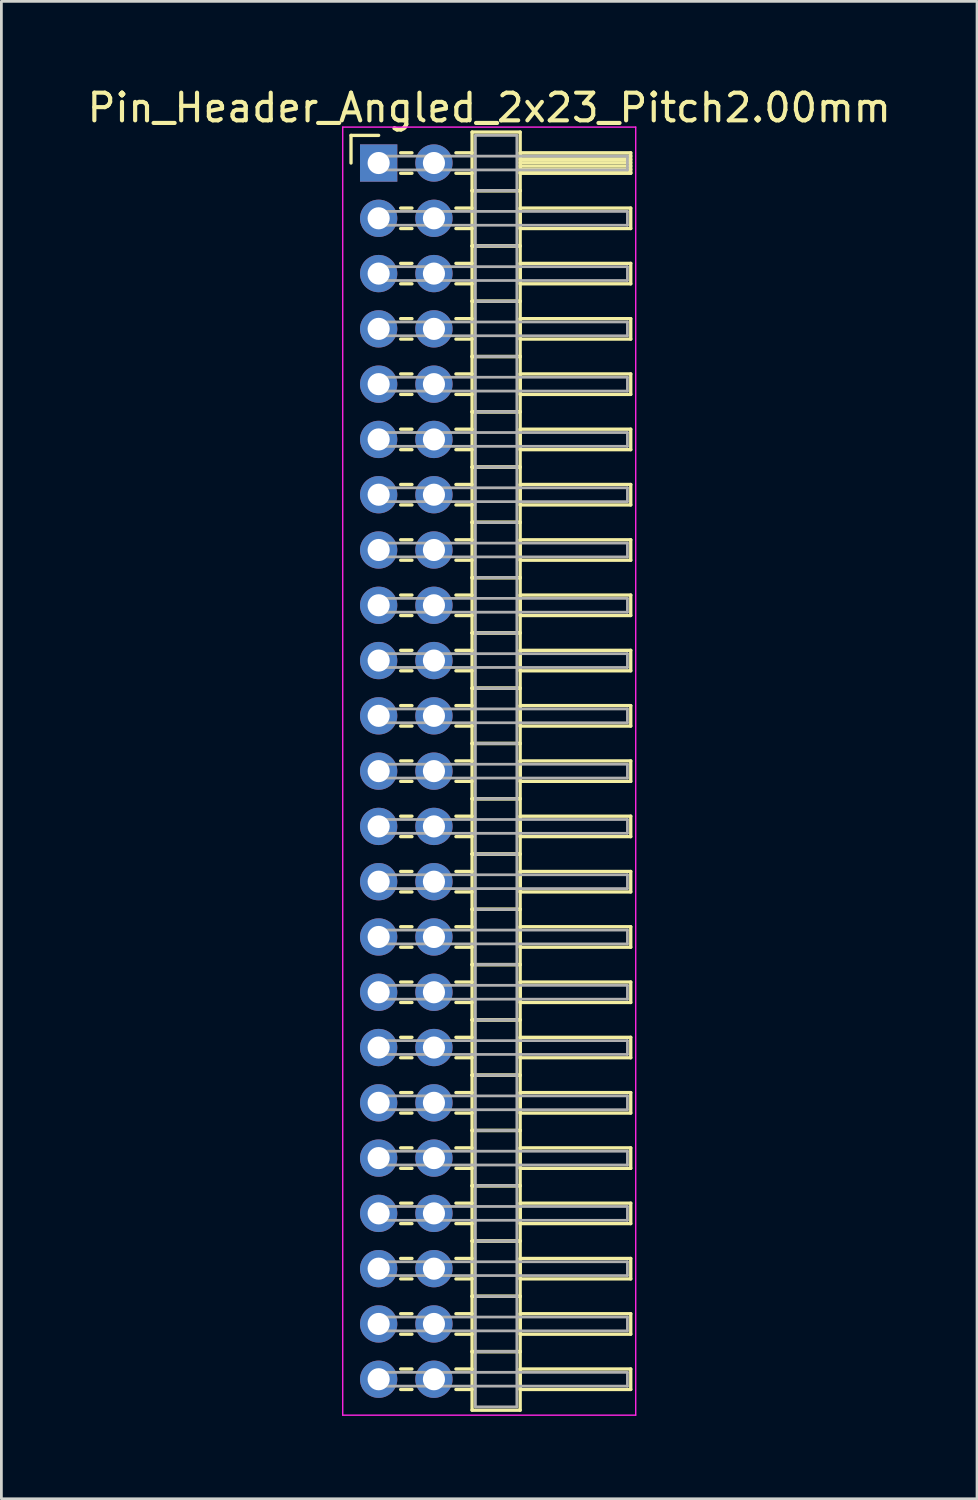
<source format=kicad_pcb>
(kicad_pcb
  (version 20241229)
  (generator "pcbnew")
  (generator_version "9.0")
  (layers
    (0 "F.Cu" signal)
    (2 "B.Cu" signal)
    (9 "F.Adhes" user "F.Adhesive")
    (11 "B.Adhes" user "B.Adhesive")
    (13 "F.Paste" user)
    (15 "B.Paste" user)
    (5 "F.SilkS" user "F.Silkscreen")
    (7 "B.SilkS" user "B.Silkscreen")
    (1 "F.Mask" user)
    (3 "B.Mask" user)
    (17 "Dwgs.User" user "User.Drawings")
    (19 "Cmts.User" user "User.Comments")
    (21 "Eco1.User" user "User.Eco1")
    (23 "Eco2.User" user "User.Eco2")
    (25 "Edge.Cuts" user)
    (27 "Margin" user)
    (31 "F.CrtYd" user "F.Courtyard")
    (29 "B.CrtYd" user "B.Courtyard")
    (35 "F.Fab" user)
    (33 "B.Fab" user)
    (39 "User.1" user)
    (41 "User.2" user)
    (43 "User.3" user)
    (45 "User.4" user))
  (footprint "Pin_Header_Angled_2x23_Pitch2.00mm"
    (layer "F.Cu")
    (at 10.649 2.848)
    (property "Reference" "Pin_Header_Angled_2x23_Pitch2.00mm" (at 4 -2 0) (layer "F.SilkS") (effects (font (size 1 1) (thickness 0.15))))
    (attr through_hole)
    (fp_line (start -1 -1) (end 0 -1) (stroke (width 0.12) (type solid)) (layer "F.SilkS"))
    (fp_line (start -1 0) (end -1 -1) (stroke (width 0.12) (type solid)) (layer "F.SilkS"))
    (fp_line (start 0.795 -0.37) (end 1.205 -0.37) (stroke (width 0.12) (type solid)) (layer "F.SilkS"))
    (fp_line (start 0.795 0.37) (end 1.205 0.37) (stroke (width 0.12) (type solid)) (layer "F.SilkS"))
    (fp_line (start 0.795 1.63) (end 1.205 1.63) (stroke (width 0.12) (type solid)) (layer "F.SilkS"))
    (fp_line (start 0.795 2.37) (end 1.205 2.37) (stroke (width 0.12) (type solid)) (layer "F.SilkS"))
    (fp_line (start 0.795 3.63) (end 1.205 3.63) (stroke (width 0.12) (type solid)) (layer "F.SilkS"))
    (fp_line (start 0.795 4.37) (end 1.205 4.37) (stroke (width 0.12) (type solid)) (layer "F.SilkS"))
    (fp_line (start 0.795 5.63) (end 1.205 5.63) (stroke (width 0.12) (type solid)) (layer "F.SilkS"))
    (fp_line (start 0.795 6.37) (end 1.205 6.37) (stroke (width 0.12) (type solid)) (layer "F.SilkS"))
    (fp_line (start 0.795 7.63) (end 1.205 7.63) (stroke (width 0.12) (type solid)) (layer "F.SilkS"))
    (fp_line (start 0.795 8.37) (end 1.205 8.37) (stroke (width 0.12) (type solid)) (layer "F.SilkS"))
    (fp_line (start 0.795 9.63) (end 1.205 9.63) (stroke (width 0.12) (type solid)) (layer "F.SilkS"))
    (fp_line (start 0.795 10.37) (end 1.205 10.37) (stroke (width 0.12) (type solid)) (layer "F.SilkS"))
    (fp_line (start 0.795 11.63) (end 1.205 11.63) (stroke (width 0.12) (type solid)) (layer "F.SilkS"))
    (fp_line (start 0.795 12.37) (end 1.205 12.37) (stroke (width 0.12) (type solid)) (layer "F.SilkS"))
    (fp_line (start 0.795 13.63) (end 1.205 13.63) (stroke (width 0.12) (type solid)) (layer "F.SilkS"))
    (fp_line (start 0.795 14.37) (end 1.205 14.37) (stroke (width 0.12) (type solid)) (layer "F.SilkS"))
    (fp_line (start 0.795 15.63) (end 1.205 15.63) (stroke (width 0.12) (type solid)) (layer "F.SilkS"))
    (fp_line (start 0.795 16.37) (end 1.205 16.37) (stroke (width 0.12) (type solid)) (layer "F.SilkS"))
    (fp_line (start 0.795 17.63) (end 1.205 17.63) (stroke (width 0.12) (type solid)) (layer "F.SilkS"))
    (fp_line (start 0.795 18.37) (end 1.205 18.37) (stroke (width 0.12) (type solid)) (layer "F.SilkS"))
    (fp_line (start 0.795 19.63) (end 1.205 19.63) (stroke (width 0.12) (type solid)) (layer "F.SilkS"))
    (fp_line (start 0.795 20.37) (end 1.205 20.37) (stroke (width 0.12) (type solid)) (layer "F.SilkS"))
    (fp_line (start 0.795 21.63) (end 1.205 21.63) (stroke (width 0.12) (type solid)) (layer "F.SilkS"))
    (fp_line (start 0.795 22.37) (end 1.205 22.37) (stroke (width 0.12) (type solid)) (layer "F.SilkS"))
    (fp_line (start 0.795 23.63) (end 1.205 23.63) (stroke (width 0.12) (type solid)) (layer "F.SilkS"))
    (fp_line (start 0.795 24.37) (end 1.205 24.37) (stroke (width 0.12) (type solid)) (layer "F.SilkS"))
    (fp_line (start 0.795 25.63) (end 1.205 25.63) (stroke (width 0.12) (type solid)) (layer "F.SilkS"))
    (fp_line (start 0.795 26.37) (end 1.205 26.37) (stroke (width 0.12) (type solid)) (layer "F.SilkS"))
    (fp_line (start 0.795 27.63) (end 1.205 27.63) (stroke (width 0.12) (type solid)) (layer "F.SilkS"))
    (fp_line (start 0.795 28.37) (end 1.205 28.37) (stroke (width 0.12) (type solid)) (layer "F.SilkS"))
    (fp_line (start 0.795 29.63) (end 1.205 29.63) (stroke (width 0.12) (type solid)) (layer "F.SilkS"))
    (fp_line (start 0.795 30.37) (end 1.205 30.37) (stroke (width 0.12) (type solid)) (layer "F.SilkS"))
    (fp_line (start 0.795 31.63) (end 1.205 31.63) (stroke (width 0.12) (type solid)) (layer "F.SilkS"))
    (fp_line (start 0.795 32.37) (end 1.205 32.37) (stroke (width 0.12) (type solid)) (layer "F.SilkS"))
    (fp_line (start 0.795 33.63) (end 1.205 33.63) (stroke (width 0.12) (type solid)) (layer "F.SilkS"))
    (fp_line (start 0.795 34.37) (end 1.205 34.37) (stroke (width 0.12) (type solid)) (layer "F.SilkS"))
    (fp_line (start 0.795 35.63) (end 1.205 35.63) (stroke (width 0.12) (type solid)) (layer "F.SilkS"))
    (fp_line (start 0.795 36.37) (end 1.205 36.37) (stroke (width 0.12) (type solid)) (layer "F.SilkS"))
    (fp_line (start 0.795 37.63) (end 1.205 37.63) (stroke (width 0.12) (type solid)) (layer "F.SilkS"))
    (fp_line (start 0.795 38.37) (end 1.205 38.37) (stroke (width 0.12) (type solid)) (layer "F.SilkS"))
    (fp_line (start 0.795 39.63) (end 1.205 39.63) (stroke (width 0.12) (type solid)) (layer "F.SilkS"))
    (fp_line (start 0.795 40.37) (end 1.205 40.37) (stroke (width 0.12) (type solid)) (layer "F.SilkS"))
    (fp_line (start 0.795 41.63) (end 1.205 41.63) (stroke (width 0.12) (type solid)) (layer "F.SilkS"))
    (fp_line (start 0.795 42.37) (end 1.205 42.37) (stroke (width 0.12) (type solid)) (layer "F.SilkS"))
    (fp_line (start 0.795 43.63) (end 1.205 43.63) (stroke (width 0.12) (type solid)) (layer "F.SilkS"))
    (fp_line (start 0.795 44.37) (end 1.205 44.37) (stroke (width 0.12) (type solid)) (layer "F.SilkS"))
    (fp_line (start 2.795 -0.37) (end 3.38 -0.37) (stroke (width 0.12) (type solid)) (layer "F.SilkS"))
    (fp_line (start 2.795 0.37) (end 3.38 0.37) (stroke (width 0.12) (type solid)) (layer "F.SilkS"))
    (fp_line (start 2.795 1.63) (end 3.38 1.63) (stroke (width 0.12) (type solid)) (layer "F.SilkS"))
    (fp_line (start 2.795 2.37) (end 3.38 2.37) (stroke (width 0.12) (type solid)) (layer "F.SilkS"))
    (fp_line (start 2.795 3.63) (end 3.38 3.63) (stroke (width 0.12) (type solid)) (layer "F.SilkS"))
    (fp_line (start 2.795 4.37) (end 3.38 4.37) (stroke (width 0.12) (type solid)) (layer "F.SilkS"))
    (fp_line (start 2.795 5.63) (end 3.38 5.63) (stroke (width 0.12) (type solid)) (layer "F.SilkS"))
    (fp_line (start 2.795 6.37) (end 3.38 6.37) (stroke (width 0.12) (type solid)) (layer "F.SilkS"))
    (fp_line (start 2.795 7.63) (end 3.38 7.63) (stroke (width 0.12) (type solid)) (layer "F.SilkS"))
    (fp_line (start 2.795 8.37) (end 3.38 8.37) (stroke (width 0.12) (type solid)) (layer "F.SilkS"))
    (fp_line (start 2.795 9.63) (end 3.38 9.63) (stroke (width 0.12) (type solid)) (layer "F.SilkS"))
    (fp_line (start 2.795 10.37) (end 3.38 10.37) (stroke (width 0.12) (type solid)) (layer "F.SilkS"))
    (fp_line (start 2.795 11.63) (end 3.38 11.63) (stroke (width 0.12) (type solid)) (layer "F.SilkS"))
    (fp_line (start 2.795 12.37) (end 3.38 12.37) (stroke (width 0.12) (type solid)) (layer "F.SilkS"))
    (fp_line (start 2.795 13.63) (end 3.38 13.63) (stroke (width 0.12) (type solid)) (layer "F.SilkS"))
    (fp_line (start 2.795 14.37) (end 3.38 14.37) (stroke (width 0.12) (type solid)) (layer "F.SilkS"))
    (fp_line (start 2.795 15.63) (end 3.38 15.63) (stroke (width 0.12) (type solid)) (layer "F.SilkS"))
    (fp_line (start 2.795 16.37) (end 3.38 16.37) (stroke (width 0.12) (type solid)) (layer "F.SilkS"))
    (fp_line (start 2.795 17.63) (end 3.38 17.63) (stroke (width 0.12) (type solid)) (layer "F.SilkS"))
    (fp_line (start 2.795 18.37) (end 3.38 18.37) (stroke (width 0.12) (type solid)) (layer "F.SilkS"))
    (fp_line (start 2.795 19.63) (end 3.38 19.63) (stroke (width 0.12) (type solid)) (layer "F.SilkS"))
    (fp_line (start 2.795 20.37) (end 3.38 20.37) (stroke (width 0.12) (type solid)) (layer "F.SilkS"))
    (fp_line (start 2.795 21.63) (end 3.38 21.63) (stroke (width 0.12) (type solid)) (layer "F.SilkS"))
    (fp_line (start 2.795 22.37) (end 3.38 22.37) (stroke (width 0.12) (type solid)) (layer "F.SilkS"))
    (fp_line (start 2.795 23.63) (end 3.38 23.63) (stroke (width 0.12) (type solid)) (layer "F.SilkS"))
    (fp_line (start 2.795 24.37) (end 3.38 24.37) (stroke (width 0.12) (type solid)) (layer "F.SilkS"))
    (fp_line (start 2.795 25.63) (end 3.38 25.63) (stroke (width 0.12) (type solid)) (layer "F.SilkS"))
    (fp_line (start 2.795 26.37) (end 3.38 26.37) (stroke (width 0.12) (type solid)) (layer "F.SilkS"))
    (fp_line (start 2.795 27.63) (end 3.38 27.63) (stroke (width 0.12) (type solid)) (layer "F.SilkS"))
    (fp_line (start 2.795 28.37) (end 3.38 28.37) (stroke (width 0.12) (type solid)) (layer "F.SilkS"))
    (fp_line (start 2.795 29.63) (end 3.38 29.63) (stroke (width 0.12) (type solid)) (layer "F.SilkS"))
    (fp_line (start 2.795 30.37) (end 3.38 30.37) (stroke (width 0.12) (type solid)) (layer "F.SilkS"))
    (fp_line (start 2.795 31.63) (end 3.38 31.63) (stroke (width 0.12) (type solid)) (layer "F.SilkS"))
    (fp_line (start 2.795 32.37) (end 3.38 32.37) (stroke (width 0.12) (type solid)) (layer "F.SilkS"))
    (fp_line (start 2.795 33.63) (end 3.38 33.63) (stroke (width 0.12) (type solid)) (layer "F.SilkS"))
    (fp_line (start 2.795 34.37) (end 3.38 34.37) (stroke (width 0.12) (type solid)) (layer "F.SilkS"))
    (fp_line (start 2.795 35.63) (end 3.38 35.63) (stroke (width 0.12) (type solid)) (layer "F.SilkS"))
    (fp_line (start 2.795 36.37) (end 3.38 36.37) (stroke (width 0.12) (type solid)) (layer "F.SilkS"))
    (fp_line (start 2.795 37.63) (end 3.38 37.63) (stroke (width 0.12) (type solid)) (layer "F.SilkS"))
    (fp_line (start 2.795 38.37) (end 3.38 38.37) (stroke (width 0.12) (type solid)) (layer "F.SilkS"))
    (fp_line (start 2.795 39.63) (end 3.38 39.63) (stroke (width 0.12) (type solid)) (layer "F.SilkS"))
    (fp_line (start 2.795 40.37) (end 3.38 40.37) (stroke (width 0.12) (type solid)) (layer "F.SilkS"))
    (fp_line (start 2.795 41.63) (end 3.38 41.63) (stroke (width 0.12) (type solid)) (layer "F.SilkS"))
    (fp_line (start 2.795 42.37) (end 3.38 42.37) (stroke (width 0.12) (type solid)) (layer "F.SilkS"))
    (fp_line (start 2.795 43.63) (end 3.38 43.63) (stroke (width 0.12) (type solid)) (layer "F.SilkS"))
    (fp_line (start 2.795 44.37) (end 3.38 44.37) (stroke (width 0.12) (type solid)) (layer "F.SilkS"))
    (fp_line (start 3.38 -1.12) (end 3.38 1) (stroke (width 0.12) (type solid)) (layer "F.SilkS"))
    (fp_line (start 3.38 1) (end 3.38 3) (stroke (width 0.12) (type solid)) (layer "F.SilkS"))
    (fp_line (start 3.38 1) (end 5.12 1) (stroke (width 0.12) (type solid)) (layer "F.SilkS"))
    (fp_line (start 3.38 3) (end 3.38 5) (stroke (width 0.12) (type solid)) (layer "F.SilkS"))
    (fp_line (start 3.38 3) (end 5.12 3) (stroke (width 0.12) (type solid)) (layer "F.SilkS"))
    (fp_line (start 3.38 5) (end 3.38 7) (stroke (width 0.12) (type solid)) (layer "F.SilkS"))
    (fp_line (start 3.38 5) (end 5.12 5) (stroke (width 0.12) (type solid)) (layer "F.SilkS"))
    (fp_line (start 3.38 7) (end 3.38 9) (stroke (width 0.12) (type solid)) (layer "F.SilkS"))
    (fp_line (start 3.38 7) (end 5.12 7) (stroke (width 0.12) (type solid)) (layer "F.SilkS"))
    (fp_line (start 3.38 9) (end 3.38 11) (stroke (width 0.12) (type solid)) (layer "F.SilkS"))
    (fp_line (start 3.38 9) (end 5.12 9) (stroke (width 0.12) (type solid)) (layer "F.SilkS"))
    (fp_line (start 3.38 11) (end 3.38 13) (stroke (width 0.12) (type solid)) (layer "F.SilkS"))
    (fp_line (start 3.38 11) (end 5.12 11) (stroke (width 0.12) (type solid)) (layer "F.SilkS"))
    (fp_line (start 3.38 13) (end 3.38 15) (stroke (width 0.12) (type solid)) (layer "F.SilkS"))
    (fp_line (start 3.38 13) (end 5.12 13) (stroke (width 0.12) (type solid)) (layer "F.SilkS"))
    (fp_line (start 3.38 15) (end 3.38 17) (stroke (width 0.12) (type solid)) (layer "F.SilkS"))
    (fp_line (start 3.38 15) (end 5.12 15) (stroke (width 0.12) (type solid)) (layer "F.SilkS"))
    (fp_line (start 3.38 17) (end 3.38 19) (stroke (width 0.12) (type solid)) (layer "F.SilkS"))
    (fp_line (start 3.38 17) (end 5.12 17) (stroke (width 0.12) (type solid)) (layer "F.SilkS"))
    (fp_line (start 3.38 19) (end 3.38 21) (stroke (width 0.12) (type solid)) (layer "F.SilkS"))
    (fp_line (start 3.38 19) (end 5.12 19) (stroke (width 0.12) (type solid)) (layer "F.SilkS"))
    (fp_line (start 3.38 21) (end 3.38 23) (stroke (width 0.12) (type solid)) (layer "F.SilkS"))
    (fp_line (start 3.38 21) (end 5.12 21) (stroke (width 0.12) (type solid)) (layer "F.SilkS"))
    (fp_line (start 3.38 23) (end 3.38 25) (stroke (width 0.12) (type solid)) (layer "F.SilkS"))
    (fp_line (start 3.38 23) (end 5.12 23) (stroke (width 0.12) (type solid)) (layer "F.SilkS"))
    (fp_line (start 3.38 25) (end 3.38 27) (stroke (width 0.12) (type solid)) (layer "F.SilkS"))
    (fp_line (start 3.38 25) (end 5.12 25) (stroke (width 0.12) (type solid)) (layer "F.SilkS"))
    (fp_line (start 3.38 27) (end 3.38 29) (stroke (width 0.12) (type solid)) (layer "F.SilkS"))
    (fp_line (start 3.38 27) (end 5.12 27) (stroke (width 0.12) (type solid)) (layer "F.SilkS"))
    (fp_line (start 3.38 29) (end 3.38 31) (stroke (width 0.12) (type solid)) (layer "F.SilkS"))
    (fp_line (start 3.38 29) (end 5.12 29) (stroke (width 0.12) (type solid)) (layer "F.SilkS"))
    (fp_line (start 3.38 31) (end 3.38 33) (stroke (width 0.12) (type solid)) (layer "F.SilkS"))
    (fp_line (start 3.38 31) (end 5.12 31) (stroke (width 0.12) (type solid)) (layer "F.SilkS"))
    (fp_line (start 3.38 33) (end 3.38 35) (stroke (width 0.12) (type solid)) (layer "F.SilkS"))
    (fp_line (start 3.38 33) (end 5.12 33) (stroke (width 0.12) (type solid)) (layer "F.SilkS"))
    (fp_line (start 3.38 35) (end 3.38 37) (stroke (width 0.12) (type solid)) (layer "F.SilkS"))
    (fp_line (start 3.38 35) (end 5.12 35) (stroke (width 0.12) (type solid)) (layer "F.SilkS"))
    (fp_line (start 3.38 37) (end 3.38 39) (stroke (width 0.12) (type solid)) (layer "F.SilkS"))
    (fp_line (start 3.38 37) (end 5.12 37) (stroke (width 0.12) (type solid)) (layer "F.SilkS"))
    (fp_line (start 3.38 39) (end 3.38 41) (stroke (width 0.12) (type solid)) (layer "F.SilkS"))
    (fp_line (start 3.38 39) (end 5.12 39) (stroke (width 0.12) (type solid)) (layer "F.SilkS"))
    (fp_line (start 3.38 41) (end 3.38 43) (stroke (width 0.12) (type solid)) (layer "F.SilkS"))
    (fp_line (start 3.38 41) (end 5.12 41) (stroke (width 0.12) (type solid)) (layer "F.SilkS"))
    (fp_line (start 3.38 43) (end 3.38 45.12) (stroke (width 0.12) (type solid)) (layer "F.SilkS"))
    (fp_line (start 3.38 43) (end 5.12 43) (stroke (width 0.12) (type solid)) (layer "F.SilkS"))
    (fp_line (start 3.38 45.12) (end 5.12 45.12) (stroke (width 0.12) (type solid)) (layer "F.SilkS"))
    (fp_line (start 5.12 -1.12) (end 3.38 -1.12) (stroke (width 0.12) (type solid)) (layer "F.SilkS"))
    (fp_line (start 5.12 -0.37) (end 5.12 0.37) (stroke (width 0.12) (type solid)) (layer "F.SilkS"))
    (fp_line (start 5.12 -0.25) (end 9.12 -0.25) (stroke (width 0.12) (type solid)) (layer "F.SilkS"))
    (fp_line (start 5.12 -0.13) (end 9.12 -0.13) (stroke (width 0.12) (type solid)) (layer "F.SilkS"))
    (fp_line (start 5.12 -0.01) (end 9.12 -0.01) (stroke (width 0.12) (type solid)) (layer "F.SilkS"))
    (fp_line (start 5.12 0.11) (end 9.12 0.11) (stroke (width 0.12) (type solid)) (layer "F.SilkS"))
    (fp_line (start 5.12 0.23) (end 9.12 0.23) (stroke (width 0.12) (type solid)) (layer "F.SilkS"))
    (fp_line (start 5.12 0.35) (end 9.12 0.35) (stroke (width 0.12) (type solid)) (layer "F.SilkS"))
    (fp_line (start 5.12 0.37) (end 9.12 0.37) (stroke (width 0.12) (type solid)) (layer "F.SilkS"))
    (fp_line (start 5.12 1) (end 3.38 1) (stroke (width 0.12) (type solid)) (layer "F.SilkS"))
    (fp_line (start 5.12 1) (end 5.12 -1.12) (stroke (width 0.12) (type solid)) (layer "F.SilkS"))
    (fp_line (start 5.12 1.63) (end 5.12 2.37) (stroke (width 0.12) (type solid)) (layer "F.SilkS"))
    (fp_line (start 5.12 2.37) (end 9.12 2.37) (stroke (width 0.12) (type solid)) (layer "F.SilkS"))
    (fp_line (start 5.12 3) (end 3.38 3) (stroke (width 0.12) (type solid)) (layer "F.SilkS"))
    (fp_line (start 5.12 3) (end 5.12 1) (stroke (width 0.12) (type solid)) (layer "F.SilkS"))
    (fp_line (start 5.12 3.63) (end 5.12 4.37) (stroke (width 0.12) (type solid)) (layer "F.SilkS"))
    (fp_line (start 5.12 4.37) (end 9.12 4.37) (stroke (width 0.12) (type solid)) (layer "F.SilkS"))
    (fp_line (start 5.12 5) (end 3.38 5) (stroke (width 0.12) (type solid)) (layer "F.SilkS"))
    (fp_line (start 5.12 5) (end 5.12 3) (stroke (width 0.12) (type solid)) (layer "F.SilkS"))
    (fp_line (start 5.12 5.63) (end 5.12 6.37) (stroke (width 0.12) (type solid)) (layer "F.SilkS"))
    (fp_line (start 5.12 6.37) (end 9.12 6.37) (stroke (width 0.12) (type solid)) (layer "F.SilkS"))
    (fp_line (start 5.12 7) (end 3.38 7) (stroke (width 0.12) (type solid)) (layer "F.SilkS"))
    (fp_line (start 5.12 7) (end 5.12 5) (stroke (width 0.12) (type solid)) (layer "F.SilkS"))
    (fp_line (start 5.12 7.63) (end 5.12 8.37) (stroke (width 0.12) (type solid)) (layer "F.SilkS"))
    (fp_line (start 5.12 8.37) (end 9.12 8.37) (stroke (width 0.12) (type solid)) (layer "F.SilkS"))
    (fp_line (start 5.12 9) (end 3.38 9) (stroke (width 0.12) (type solid)) (layer "F.SilkS"))
    (fp_line (start 5.12 9) (end 5.12 7) (stroke (width 0.12) (type solid)) (layer "F.SilkS"))
    (fp_line (start 5.12 9.63) (end 5.12 10.37) (stroke (width 0.12) (type solid)) (layer "F.SilkS"))
    (fp_line (start 5.12 10.37) (end 9.12 10.37) (stroke (width 0.12) (type solid)) (layer "F.SilkS"))
    (fp_line (start 5.12 11) (end 3.38 11) (stroke (width 0.12) (type solid)) (layer "F.SilkS"))
    (fp_line (start 5.12 11) (end 5.12 9) (stroke (width 0.12) (type solid)) (layer "F.SilkS"))
    (fp_line (start 5.12 11.63) (end 5.12 12.37) (stroke (width 0.12) (type solid)) (layer "F.SilkS"))
    (fp_line (start 5.12 12.37) (end 9.12 12.37) (stroke (width 0.12) (type solid)) (layer "F.SilkS"))
    (fp_line (start 5.12 13) (end 3.38 13) (stroke (width 0.12) (type solid)) (layer "F.SilkS"))
    (fp_line (start 5.12 13) (end 5.12 11) (stroke (width 0.12) (type solid)) (layer "F.SilkS"))
    (fp_line (start 5.12 13.63) (end 5.12 14.37) (stroke (width 0.12) (type solid)) (layer "F.SilkS"))
    (fp_line (start 5.12 14.37) (end 9.12 14.37) (stroke (width 0.12) (type solid)) (layer "F.SilkS"))
    (fp_line (start 5.12 15) (end 3.38 15) (stroke (width 0.12) (type solid)) (layer "F.SilkS"))
    (fp_line (start 5.12 15) (end 5.12 13) (stroke (width 0.12) (type solid)) (layer "F.SilkS"))
    (fp_line (start 5.12 15.63) (end 5.12 16.37) (stroke (width 0.12) (type solid)) (layer "F.SilkS"))
    (fp_line (start 5.12 16.37) (end 9.12 16.37) (stroke (width 0.12) (type solid)) (layer "F.SilkS"))
    (fp_line (start 5.12 17) (end 3.38 17) (stroke (width 0.12) (type solid)) (layer "F.SilkS"))
    (fp_line (start 5.12 17) (end 5.12 15) (stroke (width 0.12) (type solid)) (layer "F.SilkS"))
    (fp_line (start 5.12 17.63) (end 5.12 18.37) (stroke (width 0.12) (type solid)) (layer "F.SilkS"))
    (fp_line (start 5.12 18.37) (end 9.12 18.37) (stroke (width 0.12) (type solid)) (layer "F.SilkS"))
    (fp_line (start 5.12 19) (end 3.38 19) (stroke (width 0.12) (type solid)) (layer "F.SilkS"))
    (fp_line (start 5.12 19) (end 5.12 17) (stroke (width 0.12) (type solid)) (layer "F.SilkS"))
    (fp_line (start 5.12 19.63) (end 5.12 20.37) (stroke (width 0.12) (type solid)) (layer "F.SilkS"))
    (fp_line (start 5.12 20.37) (end 9.12 20.37) (stroke (width 0.12) (type solid)) (layer "F.SilkS"))
    (fp_line (start 5.12 21) (end 3.38 21) (stroke (width 0.12) (type solid)) (layer "F.SilkS"))
    (fp_line (start 5.12 21) (end 5.12 19) (stroke (width 0.12) (type solid)) (layer "F.SilkS"))
    (fp_line (start 5.12 21.63) (end 5.12 22.37) (stroke (width 0.12) (type solid)) (layer "F.SilkS"))
    (fp_line (start 5.12 22.37) (end 9.12 22.37) (stroke (width 0.12) (type solid)) (layer "F.SilkS"))
    (fp_line (start 5.12 23) (end 3.38 23) (stroke (width 0.12) (type solid)) (layer "F.SilkS"))
    (fp_line (start 5.12 23) (end 5.12 21) (stroke (width 0.12) (type solid)) (layer "F.SilkS"))
    (fp_line (start 5.12 23.63) (end 5.12 24.37) (stroke (width 0.12) (type solid)) (layer "F.SilkS"))
    (fp_line (start 5.12 24.37) (end 9.12 24.37) (stroke (width 0.12) (type solid)) (layer "F.SilkS"))
    (fp_line (start 5.12 25) (end 3.38 25) (stroke (width 0.12) (type solid)) (layer "F.SilkS"))
    (fp_line (start 5.12 25) (end 5.12 23) (stroke (width 0.12) (type solid)) (layer "F.SilkS"))
    (fp_line (start 5.12 25.63) (end 5.12 26.37) (stroke (width 0.12) (type solid)) (layer "F.SilkS"))
    (fp_line (start 5.12 26.37) (end 9.12 26.37) (stroke (width 0.12) (type solid)) (layer "F.SilkS"))
    (fp_line (start 5.12 27) (end 3.38 27) (stroke (width 0.12) (type solid)) (layer "F.SilkS"))
    (fp_line (start 5.12 27) (end 5.12 25) (stroke (width 0.12) (type solid)) (layer "F.SilkS"))
    (fp_line (start 5.12 27.63) (end 5.12 28.37) (stroke (width 0.12) (type solid)) (layer "F.SilkS"))
    (fp_line (start 5.12 28.37) (end 9.12 28.37) (stroke (width 0.12) (type solid)) (layer "F.SilkS"))
    (fp_line (start 5.12 29) (end 3.38 29) (stroke (width 0.12) (type solid)) (layer "F.SilkS"))
    (fp_line (start 5.12 29) (end 5.12 27) (stroke (width 0.12) (type solid)) (layer "F.SilkS"))
    (fp_line (start 5.12 29.63) (end 5.12 30.37) (stroke (width 0.12) (type solid)) (layer "F.SilkS"))
    (fp_line (start 5.12 30.37) (end 9.12 30.37) (stroke (width 0.12) (type solid)) (layer "F.SilkS"))
    (fp_line (start 5.12 31) (end 3.38 31) (stroke (width 0.12) (type solid)) (layer "F.SilkS"))
    (fp_line (start 5.12 31) (end 5.12 29) (stroke (width 0.12) (type solid)) (layer "F.SilkS"))
    (fp_line (start 5.12 31.63) (end 5.12 32.37) (stroke (width 0.12) (type solid)) (layer "F.SilkS"))
    (fp_line (start 5.12 32.37) (end 9.12 32.37) (stroke (width 0.12) (type solid)) (layer "F.SilkS"))
    (fp_line (start 5.12 33) (end 3.38 33) (stroke (width 0.12) (type solid)) (layer "F.SilkS"))
    (fp_line (start 5.12 33) (end 5.12 31) (stroke (width 0.12) (type solid)) (layer "F.SilkS"))
    (fp_line (start 5.12 33.63) (end 5.12 34.37) (stroke (width 0.12) (type solid)) (layer "F.SilkS"))
    (fp_line (start 5.12 34.37) (end 9.12 34.37) (stroke (width 0.12) (type solid)) (layer "F.SilkS"))
    (fp_line (start 5.12 35) (end 3.38 35) (stroke (width 0.12) (type solid)) (layer "F.SilkS"))
    (fp_line (start 5.12 35) (end 5.12 33) (stroke (width 0.12) (type solid)) (layer "F.SilkS"))
    (fp_line (start 5.12 35.63) (end 5.12 36.37) (stroke (width 0.12) (type solid)) (layer "F.SilkS"))
    (fp_line (start 5.12 36.37) (end 9.12 36.37) (stroke (width 0.12) (type solid)) (layer "F.SilkS"))
    (fp_line (start 5.12 37) (end 3.38 37) (stroke (width 0.12) (type solid)) (layer "F.SilkS"))
    (fp_line (start 5.12 37) (end 5.12 35) (stroke (width 0.12) (type solid)) (layer "F.SilkS"))
    (fp_line (start 5.12 37.63) (end 5.12 38.37) (stroke (width 0.12) (type solid)) (layer "F.SilkS"))
    (fp_line (start 5.12 38.37) (end 9.12 38.37) (stroke (width 0.12) (type solid)) (layer "F.SilkS"))
    (fp_line (start 5.12 39) (end 3.38 39) (stroke (width 0.12) (type solid)) (layer "F.SilkS"))
    (fp_line (start 5.12 39) (end 5.12 37) (stroke (width 0.12) (type solid)) (layer "F.SilkS"))
    (fp_line (start 5.12 39.63) (end 5.12 40.37) (stroke (width 0.12) (type solid)) (layer "F.SilkS"))
    (fp_line (start 5.12 40.37) (end 9.12 40.37) (stroke (width 0.12) (type solid)) (layer "F.SilkS"))
    (fp_line (start 5.12 41) (end 3.38 41) (stroke (width 0.12) (type solid)) (layer "F.SilkS"))
    (fp_line (start 5.12 41) (end 5.12 39) (stroke (width 0.12) (type solid)) (layer "F.SilkS"))
    (fp_line (start 5.12 41.63) (end 5.12 42.37) (stroke (width 0.12) (type solid)) (layer "F.SilkS"))
    (fp_line (start 5.12 42.37) (end 9.12 42.37) (stroke (width 0.12) (type solid)) (layer "F.SilkS"))
    (fp_line (start 5.12 43) (end 3.38 43) (stroke (width 0.12) (type solid)) (layer "F.SilkS"))
    (fp_line (start 5.12 43) (end 5.12 41) (stroke (width 0.12) (type solid)) (layer "F.SilkS"))
    (fp_line (start 5.12 43.63) (end 5.12 44.37) (stroke (width 0.12) (type solid)) (layer "F.SilkS"))
    (fp_line (start 5.12 44.37) (end 9.12 44.37) (stroke (width 0.12) (type solid)) (layer "F.SilkS"))
    (fp_line (start 5.12 45.12) (end 5.12 43) (stroke (width 0.12) (type solid)) (layer "F.SilkS"))
    (fp_line (start 9.12 -0.37) (end 5.12 -0.37) (stroke (width 0.12) (type solid)) (layer "F.SilkS"))
    (fp_line (start 9.12 0.37) (end 9.12 -0.37) (stroke (width 0.12) (type solid)) (layer "F.SilkS"))
    (fp_line (start 9.12 1.63) (end 5.12 1.63) (stroke (width 0.12) (type solid)) (layer "F.SilkS"))
    (fp_line (start 9.12 2.37) (end 9.12 1.63) (stroke (width 0.12) (type solid)) (layer "F.SilkS"))
    (fp_line (start 9.12 3.63) (end 5.12 3.63) (stroke (width 0.12) (type solid)) (layer "F.SilkS"))
    (fp_line (start 9.12 4.37) (end 9.12 3.63) (stroke (width 0.12) (type solid)) (layer "F.SilkS"))
    (fp_line (start 9.12 5.63) (end 5.12 5.63) (stroke (width 0.12) (type solid)) (layer "F.SilkS"))
    (fp_line (start 9.12 6.37) (end 9.12 5.63) (stroke (width 0.12) (type solid)) (layer "F.SilkS"))
    (fp_line (start 9.12 7.63) (end 5.12 7.63) (stroke (width 0.12) (type solid)) (layer "F.SilkS"))
    (fp_line (start 9.12 8.37) (end 9.12 7.63) (stroke (width 0.12) (type solid)) (layer "F.SilkS"))
    (fp_line (start 9.12 9.63) (end 5.12 9.63) (stroke (width 0.12) (type solid)) (layer "F.SilkS"))
    (fp_line (start 9.12 10.37) (end 9.12 9.63) (stroke (width 0.12) (type solid)) (layer "F.SilkS"))
    (fp_line (start 9.12 11.63) (end 5.12 11.63) (stroke (width 0.12) (type solid)) (layer "F.SilkS"))
    (fp_line (start 9.12 12.37) (end 9.12 11.63) (stroke (width 0.12) (type solid)) (layer "F.SilkS"))
    (fp_line (start 9.12 13.63) (end 5.12 13.63) (stroke (width 0.12) (type solid)) (layer "F.SilkS"))
    (fp_line (start 9.12 14.37) (end 9.12 13.63) (stroke (width 0.12) (type solid)) (layer "F.SilkS"))
    (fp_line (start 9.12 15.63) (end 5.12 15.63) (stroke (width 0.12) (type solid)) (layer "F.SilkS"))
    (fp_line (start 9.12 16.37) (end 9.12 15.63) (stroke (width 0.12) (type solid)) (layer "F.SilkS"))
    (fp_line (start 9.12 17.63) (end 5.12 17.63) (stroke (width 0.12) (type solid)) (layer "F.SilkS"))
    (fp_line (start 9.12 18.37) (end 9.12 17.63) (stroke (width 0.12) (type solid)) (layer "F.SilkS"))
    (fp_line (start 9.12 19.63) (end 5.12 19.63) (stroke (width 0.12) (type solid)) (layer "F.SilkS"))
    (fp_line (start 9.12 20.37) (end 9.12 19.63) (stroke (width 0.12) (type solid)) (layer "F.SilkS"))
    (fp_line (start 9.12 21.63) (end 5.12 21.63) (stroke (width 0.12) (type solid)) (layer "F.SilkS"))
    (fp_line (start 9.12 22.37) (end 9.12 21.63) (stroke (width 0.12) (type solid)) (layer "F.SilkS"))
    (fp_line (start 9.12 23.63) (end 5.12 23.63) (stroke (width 0.12) (type solid)) (layer "F.SilkS"))
    (fp_line (start 9.12 24.37) (end 9.12 23.63) (stroke (width 0.12) (type solid)) (layer "F.SilkS"))
    (fp_line (start 9.12 25.63) (end 5.12 25.63) (stroke (width 0.12) (type solid)) (layer "F.SilkS"))
    (fp_line (start 9.12 26.37) (end 9.12 25.63) (stroke (width 0.12) (type solid)) (layer "F.SilkS"))
    (fp_line (start 9.12 27.63) (end 5.12 27.63) (stroke (width 0.12) (type solid)) (layer "F.SilkS"))
    (fp_line (start 9.12 28.37) (end 9.12 27.63) (stroke (width 0.12) (type solid)) (layer "F.SilkS"))
    (fp_line (start 9.12 29.63) (end 5.12 29.63) (stroke (width 0.12) (type solid)) (layer "F.SilkS"))
    (fp_line (start 9.12 30.37) (end 9.12 29.63) (stroke (width 0.12) (type solid)) (layer "F.SilkS"))
    (fp_line (start 9.12 31.63) (end 5.12 31.63) (stroke (width 0.12) (type solid)) (layer "F.SilkS"))
    (fp_line (start 9.12 32.37) (end 9.12 31.63) (stroke (width 0.12) (type solid)) (layer "F.SilkS"))
    (fp_line (start 9.12 33.63) (end 5.12 33.63) (stroke (width 0.12) (type solid)) (layer "F.SilkS"))
    (fp_line (start 9.12 34.37) (end 9.12 33.63) (stroke (width 0.12) (type solid)) (layer "F.SilkS"))
    (fp_line (start 9.12 35.63) (end 5.12 35.63) (stroke (width 0.12) (type solid)) (layer "F.SilkS"))
    (fp_line (start 9.12 36.37) (end 9.12 35.63) (stroke (width 0.12) (type solid)) (layer "F.SilkS"))
    (fp_line (start 9.12 37.63) (end 5.12 37.63) (stroke (width 0.12) (type solid)) (layer "F.SilkS"))
    (fp_line (start 9.12 38.37) (end 9.12 37.63) (stroke (width 0.12) (type solid)) (layer "F.SilkS"))
    (fp_line (start 9.12 39.63) (end 5.12 39.63) (stroke (width 0.12) (type solid)) (layer "F.SilkS"))
    (fp_line (start 9.12 40.37) (end 9.12 39.63) (stroke (width 0.12) (type solid)) (layer "F.SilkS"))
    (fp_line (start 9.12 41.63) (end 5.12 41.63) (stroke (width 0.12) (type solid)) (layer "F.SilkS"))
    (fp_line (start 9.12 42.37) (end 9.12 41.63) (stroke (width 0.12) (type solid)) (layer "F.SilkS"))
    (fp_line (start 9.12 43.63) (end 5.12 43.63) (stroke (width 0.12) (type solid)) (layer "F.SilkS"))
    (fp_line (start 9.12 44.37) (end 9.12 43.63) (stroke (width 0.12) (type solid)) (layer "F.SilkS"))
    (fp_line (start -1.3 -1.3) (end -1.3 45.3) (stroke (width 0.05) (type solid)) (layer "F.CrtYd"))
    (fp_line (start -1.3 45.3) (end 9.3 45.3) (stroke (width 0.05) (type solid)) (layer "F.CrtYd"))
    (fp_line (start 9.3 -1.3) (end -1.3 -1.3) (stroke (width 0.05) (type solid)) (layer "F.CrtYd"))
    (fp_line (start 9.3 45.3) (end 9.3 -1.3) (stroke (width 0.05) (type solid)) (layer "F.CrtYd"))
    (fp_line (start 0 -0.25) (end 0 0.25) (stroke (width 0.1) (type solid)) (layer "F.Fab"))
    (fp_line (start 0 0.25) (end 9 0.25) (stroke (width 0.1) (type solid)) (layer "F.Fab"))
    (fp_line (start 0 1.75) (end 0 2.25) (stroke (width 0.1) (type solid)) (layer "F.Fab"))
    (fp_line (start 0 2.25) (end 9 2.25) (stroke (width 0.1) (type solid)) (layer "F.Fab"))
    (fp_line (start 0 3.75) (end 0 4.25) (stroke (width 0.1) (type solid)) (layer "F.Fab"))
    (fp_line (start 0 4.25) (end 9 4.25) (stroke (width 0.1) (type solid)) (layer "F.Fab"))
    (fp_line (start 0 5.75) (end 0 6.25) (stroke (width 0.1) (type solid)) (layer "F.Fab"))
    (fp_line (start 0 6.25) (end 9 6.25) (stroke (width 0.1) (type solid)) (layer "F.Fab"))
    (fp_line (start 0 7.75) (end 0 8.25) (stroke (width 0.1) (type solid)) (layer "F.Fab"))
    (fp_line (start 0 8.25) (end 9 8.25) (stroke (width 0.1) (type solid)) (layer "F.Fab"))
    (fp_line (start 0 9.75) (end 0 10.25) (stroke (width 0.1) (type solid)) (layer "F.Fab"))
    (fp_line (start 0 10.25) (end 9 10.25) (stroke (width 0.1) (type solid)) (layer "F.Fab"))
    (fp_line (start 0 11.75) (end 0 12.25) (stroke (width 0.1) (type solid)) (layer "F.Fab"))
    (fp_line (start 0 12.25) (end 9 12.25) (stroke (width 0.1) (type solid)) (layer "F.Fab"))
    (fp_line (start 0 13.75) (end 0 14.25) (stroke (width 0.1) (type solid)) (layer "F.Fab"))
    (fp_line (start 0 14.25) (end 9 14.25) (stroke (width 0.1) (type solid)) (layer "F.Fab"))
    (fp_line (start 0 15.75) (end 0 16.25) (stroke (width 0.1) (type solid)) (layer "F.Fab"))
    (fp_line (start 0 16.25) (end 9 16.25) (stroke (width 0.1) (type solid)) (layer "F.Fab"))
    (fp_line (start 0 17.75) (end 0 18.25) (stroke (width 0.1) (type solid)) (layer "F.Fab"))
    (fp_line (start 0 18.25) (end 9 18.25) (stroke (width 0.1) (type solid)) (layer "F.Fab"))
    (fp_line (start 0 19.75) (end 0 20.25) (stroke (width 0.1) (type solid)) (layer "F.Fab"))
    (fp_line (start 0 20.25) (end 9 20.25) (stroke (width 0.1) (type solid)) (layer "F.Fab"))
    (fp_line (start 0 21.75) (end 0 22.25) (stroke (width 0.1) (type solid)) (layer "F.Fab"))
    (fp_line (start 0 22.25) (end 9 22.25) (stroke (width 0.1) (type solid)) (layer "F.Fab"))
    (fp_line (start 0 23.75) (end 0 24.25) (stroke (width 0.1) (type solid)) (layer "F.Fab"))
    (fp_line (start 0 24.25) (end 9 24.25) (stroke (width 0.1) (type solid)) (layer "F.Fab"))
    (fp_line (start 0 25.75) (end 0 26.25) (stroke (width 0.1) (type solid)) (layer "F.Fab"))
    (fp_line (start 0 26.25) (end 9 26.25) (stroke (width 0.1) (type solid)) (layer "F.Fab"))
    (fp_line (start 0 27.75) (end 0 28.25) (stroke (width 0.1) (type solid)) (layer "F.Fab"))
    (fp_line (start 0 28.25) (end 9 28.25) (stroke (width 0.1) (type solid)) (layer "F.Fab"))
    (fp_line (start 0 29.75) (end 0 30.25) (stroke (width 0.1) (type solid)) (layer "F.Fab"))
    (fp_line (start 0 30.25) (end 9 30.25) (stroke (width 0.1) (type solid)) (layer "F.Fab"))
    (fp_line (start 0 31.75) (end 0 32.25) (stroke (width 0.1) (type solid)) (layer "F.Fab"))
    (fp_line (start 0 32.25) (end 9 32.25) (stroke (width 0.1) (type solid)) (layer "F.Fab"))
    (fp_line (start 0 33.75) (end 0 34.25) (stroke (width 0.1) (type solid)) (layer "F.Fab"))
    (fp_line (start 0 34.25) (end 9 34.25) (stroke (width 0.1) (type solid)) (layer "F.Fab"))
    (fp_line (start 0 35.75) (end 0 36.25) (stroke (width 0.1) (type solid)) (layer "F.Fab"))
    (fp_line (start 0 36.25) (end 9 36.25) (stroke (width 0.1) (type solid)) (layer "F.Fab"))
    (fp_line (start 0 37.75) (end 0 38.25) (stroke (width 0.1) (type solid)) (layer "F.Fab"))
    (fp_line (start 0 38.25) (end 9 38.25) (stroke (width 0.1) (type solid)) (layer "F.Fab"))
    (fp_line (start 0 39.75) (end 0 40.25) (stroke (width 0.1) (type solid)) (layer "F.Fab"))
    (fp_line (start 0 40.25) (end 9 40.25) (stroke (width 0.1) (type solid)) (layer "F.Fab"))
    (fp_line (start 0 41.75) (end 0 42.25) (stroke (width 0.1) (type solid)) (layer "F.Fab"))
    (fp_line (start 0 42.25) (end 9 42.25) (stroke (width 0.1) (type solid)) (layer "F.Fab"))
    (fp_line (start 0 43.75) (end 0 44.25) (stroke (width 0.1) (type solid)) (layer "F.Fab"))
    (fp_line (start 0 44.25) (end 9 44.25) (stroke (width 0.1) (type solid)) (layer "F.Fab"))
    (fp_line (start 3.5 -1) (end 3.5 1) (stroke (width 0.1) (type solid)) (layer "F.Fab"))
    (fp_line (start 3.5 1) (end 3.5 3) (stroke (width 0.1) (type solid)) (layer "F.Fab"))
    (fp_line (start 3.5 1) (end 5 1) (stroke (width 0.1) (type solid)) (layer "F.Fab"))
    (fp_line (start 3.5 3) (end 3.5 5) (stroke (width 0.1) (type solid)) (layer "F.Fab"))
    (fp_line (start 3.5 3) (end 5 3) (stroke (width 0.1) (type solid)) (layer "F.Fab"))
    (fp_line (start 3.5 5) (end 3.5 7) (stroke (width 0.1) (type solid)) (layer "F.Fab"))
    (fp_line (start 3.5 5) (end 5 5) (stroke (width 0.1) (type solid)) (layer "F.Fab"))
    (fp_line (start 3.5 7) (end 3.5 9) (stroke (width 0.1) (type solid)) (layer "F.Fab"))
    (fp_line (start 3.5 7) (end 5 7) (stroke (width 0.1) (type solid)) (layer "F.Fab"))
    (fp_line (start 3.5 9) (end 3.5 11) (stroke (width 0.1) (type solid)) (layer "F.Fab"))
    (fp_line (start 3.5 9) (end 5 9) (stroke (width 0.1) (type solid)) (layer "F.Fab"))
    (fp_line (start 3.5 11) (end 3.5 13) (stroke (width 0.1) (type solid)) (layer "F.Fab"))
    (fp_line (start 3.5 11) (end 5 11) (stroke (width 0.1) (type solid)) (layer "F.Fab"))
    (fp_line (start 3.5 13) (end 3.5 15) (stroke (width 0.1) (type solid)) (layer "F.Fab"))
    (fp_line (start 3.5 13) (end 5 13) (stroke (width 0.1) (type solid)) (layer "F.Fab"))
    (fp_line (start 3.5 15) (end 3.5 17) (stroke (width 0.1) (type solid)) (layer "F.Fab"))
    (fp_line (start 3.5 15) (end 5 15) (stroke (width 0.1) (type solid)) (layer "F.Fab"))
    (fp_line (start 3.5 17) (end 3.5 19) (stroke (width 0.1) (type solid)) (layer "F.Fab"))
    (fp_line (start 3.5 17) (end 5 17) (stroke (width 0.1) (type solid)) (layer "F.Fab"))
    (fp_line (start 3.5 19) (end 3.5 21) (stroke (width 0.1) (type solid)) (layer "F.Fab"))
    (fp_line (start 3.5 19) (end 5 19) (stroke (width 0.1) (type solid)) (layer "F.Fab"))
    (fp_line (start 3.5 21) (end 3.5 23) (stroke (width 0.1) (type solid)) (layer "F.Fab"))
    (fp_line (start 3.5 21) (end 5 21) (stroke (width 0.1) (type solid)) (layer "F.Fab"))
    (fp_line (start 3.5 23) (end 3.5 25) (stroke (width 0.1) (type solid)) (layer "F.Fab"))
    (fp_line (start 3.5 23) (end 5 23) (stroke (width 0.1) (type solid)) (layer "F.Fab"))
    (fp_line (start 3.5 25) (end 3.5 27) (stroke (width 0.1) (type solid)) (layer "F.Fab"))
    (fp_line (start 3.5 25) (end 5 25) (stroke (width 0.1) (type solid)) (layer "F.Fab"))
    (fp_line (start 3.5 27) (end 3.5 29) (stroke (width 0.1) (type solid)) (layer "F.Fab"))
    (fp_line (start 3.5 27) (end 5 27) (stroke (width 0.1) (type solid)) (layer "F.Fab"))
    (fp_line (start 3.5 29) (end 3.5 31) (stroke (width 0.1) (type solid)) (layer "F.Fab"))
    (fp_line (start 3.5 29) (end 5 29) (stroke (width 0.1) (type solid)) (layer "F.Fab"))
    (fp_line (start 3.5 31) (end 3.5 33) (stroke (width 0.1) (type solid)) (layer "F.Fab"))
    (fp_line (start 3.5 31) (end 5 31) (stroke (width 0.1) (type solid)) (layer "F.Fab"))
    (fp_line (start 3.5 33) (end 3.5 35) (stroke (width 0.1) (type solid)) (layer "F.Fab"))
    (fp_line (start 3.5 33) (end 5 33) (stroke (width 0.1) (type solid)) (layer "F.Fab"))
    (fp_line (start 3.5 35) (end 3.5 37) (stroke (width 0.1) (type solid)) (layer "F.Fab"))
    (fp_line (start 3.5 35) (end 5 35) (stroke (width 0.1) (type solid)) (layer "F.Fab"))
    (fp_line (start 3.5 37) (end 3.5 39) (stroke (width 0.1) (type solid)) (layer "F.Fab"))
    (fp_line (start 3.5 37) (end 5 37) (stroke (width 0.1) (type solid)) (layer "F.Fab"))
    (fp_line (start 3.5 39) (end 3.5 41) (stroke (width 0.1) (type solid)) (layer "F.Fab"))
    (fp_line (start 3.5 39) (end 5 39) (stroke (width 0.1) (type solid)) (layer "F.Fab"))
    (fp_line (start 3.5 41) (end 3.5 43) (stroke (width 0.1) (type solid)) (layer "F.Fab"))
    (fp_line (start 3.5 41) (end 5 41) (stroke (width 0.1) (type solid)) (layer "F.Fab"))
    (fp_line (start 3.5 43) (end 3.5 45) (stroke (width 0.1) (type solid)) (layer "F.Fab"))
    (fp_line (start 3.5 43) (end 5 43) (stroke (width 0.1) (type solid)) (layer "F.Fab"))
    (fp_line (start 3.5 45) (end 5 45) (stroke (width 0.1) (type solid)) (layer "F.Fab"))
    (fp_line (start 5 -1) (end 3.5 -1) (stroke (width 0.1) (type solid)) (layer "F.Fab"))
    (fp_line (start 5 1) (end 3.5 1) (stroke (width 0.1) (type solid)) (layer "F.Fab"))
    (fp_line (start 5 1) (end 5 -1) (stroke (width 0.1) (type solid)) (layer "F.Fab"))
    (fp_line (start 5 3) (end 3.5 3) (stroke (width 0.1) (type solid)) (layer "F.Fab"))
    (fp_line (start 5 3) (end 5 1) (stroke (width 0.1) (type solid)) (layer "F.Fab"))
    (fp_line (start 5 5) (end 3.5 5) (stroke (width 0.1) (type solid)) (layer "F.Fab"))
    (fp_line (start 5 5) (end 5 3) (stroke (width 0.1) (type solid)) (layer "F.Fab"))
    (fp_line (start 5 7) (end 3.5 7) (stroke (width 0.1) (type solid)) (layer "F.Fab"))
    (fp_line (start 5 7) (end 5 5) (stroke (width 0.1) (type solid)) (layer "F.Fab"))
    (fp_line (start 5 9) (end 3.5 9) (stroke (width 0.1) (type solid)) (layer "F.Fab"))
    (fp_line (start 5 9) (end 5 7) (stroke (width 0.1) (type solid)) (layer "F.Fab"))
    (fp_line (start 5 11) (end 3.5 11) (stroke (width 0.1) (type solid)) (layer "F.Fab"))
    (fp_line (start 5 11) (end 5 9) (stroke (width 0.1) (type solid)) (layer "F.Fab"))
    (fp_line (start 5 13) (end 3.5 13) (stroke (width 0.1) (type solid)) (layer "F.Fab"))
    (fp_line (start 5 13) (end 5 11) (stroke (width 0.1) (type solid)) (layer "F.Fab"))
    (fp_line (start 5 15) (end 3.5 15) (stroke (width 0.1) (type solid)) (layer "F.Fab"))
    (fp_line (start 5 15) (end 5 13) (stroke (width 0.1) (type solid)) (layer "F.Fab"))
    (fp_line (start 5 17) (end 3.5 17) (stroke (width 0.1) (type solid)) (layer "F.Fab"))
    (fp_line (start 5 17) (end 5 15) (stroke (width 0.1) (type solid)) (layer "F.Fab"))
    (fp_line (start 5 19) (end 3.5 19) (stroke (width 0.1) (type solid)) (layer "F.Fab"))
    (fp_line (start 5 19) (end 5 17) (stroke (width 0.1) (type solid)) (layer "F.Fab"))
    (fp_line (start 5 21) (end 3.5 21) (stroke (width 0.1) (type solid)) (layer "F.Fab"))
    (fp_line (start 5 21) (end 5 19) (stroke (width 0.1) (type solid)) (layer "F.Fab"))
    (fp_line (start 5 23) (end 3.5 23) (stroke (width 0.1) (type solid)) (layer "F.Fab"))
    (fp_line (start 5 23) (end 5 21) (stroke (width 0.1) (type solid)) (layer "F.Fab"))
    (fp_line (start 5 25) (end 3.5 25) (stroke (width 0.1) (type solid)) (layer "F.Fab"))
    (fp_line (start 5 25) (end 5 23) (stroke (width 0.1) (type solid)) (layer "F.Fab"))
    (fp_line (start 5 27) (end 3.5 27) (stroke (width 0.1) (type solid)) (layer "F.Fab"))
    (fp_line (start 5 27) (end 5 25) (stroke (width 0.1) (type solid)) (layer "F.Fab"))
    (fp_line (start 5 29) (end 3.5 29) (stroke (width 0.1) (type solid)) (layer "F.Fab"))
    (fp_line (start 5 29) (end 5 27) (stroke (width 0.1) (type solid)) (layer "F.Fab"))
    (fp_line (start 5 31) (end 3.5 31) (stroke (width 0.1) (type solid)) (layer "F.Fab"))
    (fp_line (start 5 31) (end 5 29) (stroke (width 0.1) (type solid)) (layer "F.Fab"))
    (fp_line (start 5 33) (end 3.5 33) (stroke (width 0.1) (type solid)) (layer "F.Fab"))
    (fp_line (start 5 33) (end 5 31) (stroke (width 0.1) (type solid)) (layer "F.Fab"))
    (fp_line (start 5 35) (end 3.5 35) (stroke (width 0.1) (type solid)) (layer "F.Fab"))
    (fp_line (start 5 35) (end 5 33) (stroke (width 0.1) (type solid)) (layer "F.Fab"))
    (fp_line (start 5 37) (end 3.5 37) (stroke (width 0.1) (type solid)) (layer "F.Fab"))
    (fp_line (start 5 37) (end 5 35) (stroke (width 0.1) (type solid)) (layer "F.Fab"))
    (fp_line (start 5 39) (end 3.5 39) (stroke (width 0.1) (type solid)) (layer "F.Fab"))
    (fp_line (start 5 39) (end 5 37) (stroke (width 0.1) (type solid)) (layer "F.Fab"))
    (fp_line (start 5 41) (end 3.5 41) (stroke (width 0.1) (type solid)) (layer "F.Fab"))
    (fp_line (start 5 41) (end 5 39) (stroke (width 0.1) (type solid)) (layer "F.Fab"))
    (fp_line (start 5 43) (end 3.5 43) (stroke (width 0.1) (type solid)) (layer "F.Fab"))
    (fp_line (start 5 43) (end 5 41) (stroke (width 0.1) (type solid)) (layer "F.Fab"))
    (fp_line (start 5 45) (end 5 43) (stroke (width 0.1) (type solid)) (layer "F.Fab"))
    (fp_line (start 9 -0.25) (end 0 -0.25) (stroke (width 0.1) (type solid)) (layer "F.Fab"))
    (fp_line (start 9 0.25) (end 9 -0.25) (stroke (width 0.1) (type solid)) (layer "F.Fab"))
    (fp_line (start 9 1.75) (end 0 1.75) (stroke (width 0.1) (type solid)) (layer "F.Fab"))
    (fp_line (start 9 2.25) (end 9 1.75) (stroke (width 0.1) (type solid)) (layer "F.Fab"))
    (fp_line (start 9 3.75) (end 0 3.75) (stroke (width 0.1) (type solid)) (layer "F.Fab"))
    (fp_line (start 9 4.25) (end 9 3.75) (stroke (width 0.1) (type solid)) (layer "F.Fab"))
    (fp_line (start 9 5.75) (end 0 5.75) (stroke (width 0.1) (type solid)) (layer "F.Fab"))
    (fp_line (start 9 6.25) (end 9 5.75) (stroke (width 0.1) (type solid)) (layer "F.Fab"))
    (fp_line (start 9 7.75) (end 0 7.75) (stroke (width 0.1) (type solid)) (layer "F.Fab"))
    (fp_line (start 9 8.25) (end 9 7.75) (stroke (width 0.1) (type solid)) (layer "F.Fab"))
    (fp_line (start 9 9.75) (end 0 9.75) (stroke (width 0.1) (type solid)) (layer "F.Fab"))
    (fp_line (start 9 10.25) (end 9 9.75) (stroke (width 0.1) (type solid)) (layer "F.Fab"))
    (fp_line (start 9 11.75) (end 0 11.75) (stroke (width 0.1) (type solid)) (layer "F.Fab"))
    (fp_line (start 9 12.25) (end 9 11.75) (stroke (width 0.1) (type solid)) (layer "F.Fab"))
    (fp_line (start 9 13.75) (end 0 13.75) (stroke (width 0.1) (type solid)) (layer "F.Fab"))
    (fp_line (start 9 14.25) (end 9 13.75) (stroke (width 0.1) (type solid)) (layer "F.Fab"))
    (fp_line (start 9 15.75) (end 0 15.75) (stroke (width 0.1) (type solid)) (layer "F.Fab"))
    (fp_line (start 9 16.25) (end 9 15.75) (stroke (width 0.1) (type solid)) (layer "F.Fab"))
    (fp_line (start 9 17.75) (end 0 17.75) (stroke (width 0.1) (type solid)) (layer "F.Fab"))
    (fp_line (start 9 18.25) (end 9 17.75) (stroke (width 0.1) (type solid)) (layer "F.Fab"))
    (fp_line (start 9 19.75) (end 0 19.75) (stroke (width 0.1) (type solid)) (layer "F.Fab"))
    (fp_line (start 9 20.25) (end 9 19.75) (stroke (width 0.1) (type solid)) (layer "F.Fab"))
    (fp_line (start 9 21.75) (end 0 21.75) (stroke (width 0.1) (type solid)) (layer "F.Fab"))
    (fp_line (start 9 22.25) (end 9 21.75) (stroke (width 0.1) (type solid)) (layer "F.Fab"))
    (fp_line (start 9 23.75) (end 0 23.75) (stroke (width 0.1) (type solid)) (layer "F.Fab"))
    (fp_line (start 9 24.25) (end 9 23.75) (stroke (width 0.1) (type solid)) (layer "F.Fab"))
    (fp_line (start 9 25.75) (end 0 25.75) (stroke (width 0.1) (type solid)) (layer "F.Fab"))
    (fp_line (start 9 26.25) (end 9 25.75) (stroke (width 0.1) (type solid)) (layer "F.Fab"))
    (fp_line (start 9 27.75) (end 0 27.75) (stroke (width 0.1) (type solid)) (layer "F.Fab"))
    (fp_line (start 9 28.25) (end 9 27.75) (stroke (width 0.1) (type solid)) (layer "F.Fab"))
    (fp_line (start 9 29.75) (end 0 29.75) (stroke (width 0.1) (type solid)) (layer "F.Fab"))
    (fp_line (start 9 30.25) (end 9 29.75) (stroke (width 0.1) (type solid)) (layer "F.Fab"))
    (fp_line (start 9 31.75) (end 0 31.75) (stroke (width 0.1) (type solid)) (layer "F.Fab"))
    (fp_line (start 9 32.25) (end 9 31.75) (stroke (width 0.1) (type solid)) (layer "F.Fab"))
    (fp_line (start 9 33.75) (end 0 33.75) (stroke (width 0.1) (type solid)) (layer "F.Fab"))
    (fp_line (start 9 34.25) (end 9 33.75) (stroke (width 0.1) (type solid)) (layer "F.Fab"))
    (fp_line (start 9 35.75) (end 0 35.75) (stroke (width 0.1) (type solid)) (layer "F.Fab"))
    (fp_line (start 9 36.25) (end 9 35.75) (stroke (width 0.1) (type solid)) (layer "F.Fab"))
    (fp_line (start 9 37.75) (end 0 37.75) (stroke (width 0.1) (type solid)) (layer "F.Fab"))
    (fp_line (start 9 38.25) (end 9 37.75) (stroke (width 0.1) (type solid)) (layer "F.Fab"))
    (fp_line (start 9 39.75) (end 0 39.75) (stroke (width 0.1) (type solid)) (layer "F.Fab"))
    (fp_line (start 9 40.25) (end 9 39.75) (stroke (width 0.1) (type solid)) (layer "F.Fab"))
    (fp_line (start 9 41.75) (end 0 41.75) (stroke (width 0.1) (type solid)) (layer "F.Fab"))
    (fp_line (start 9 42.25) (end 9 41.75) (stroke (width 0.1) (type solid)) (layer "F.Fab"))
    (fp_line (start 9 43.75) (end 0 43.75) (stroke (width 0.1) (type solid)) (layer "F.Fab"))
    (fp_line (start 9 44.25) (end 9 43.75) (stroke (width 0.1) (type solid)) (layer "F.Fab"))
    (pad "1" thru_hole rect (at 0 0) (size 1.35 1.35) (drill 0.8) (layers "*.Cu" "*.Mask"))
    (pad "2" thru_hole oval (at 2 0) (size 1.35 1.35) (drill 0.8) (layers "*.Cu" "*.Mask"))
    (pad "3" thru_hole oval (at 0 2) (size 1.35 1.35) (drill 0.8) (layers "*.Cu" "*.Mask"))
    (pad "4" thru_hole oval (at 2 2) (size 1.35 1.35) (drill 0.8) (layers "*.Cu" "*.Mask"))
    (pad "5" thru_hole oval (at 0 4) (size 1.35 1.35) (drill 0.8) (layers "*.Cu" "*.Mask"))
    (pad "6" thru_hole oval (at 2 4) (size 1.35 1.35) (drill 0.8) (layers "*.Cu" "*.Mask"))
    (pad "7" thru_hole oval (at 0 6) (size 1.35 1.35) (drill 0.8) (layers "*.Cu" "*.Mask"))
    (pad "8" thru_hole oval (at 2 6) (size 1.35 1.35) (drill 0.8) (layers "*.Cu" "*.Mask"))
    (pad "9" thru_hole oval (at 0 8) (size 1.35 1.35) (drill 0.8) (layers "*.Cu" "*.Mask"))
    (pad "10" thru_hole oval (at 2 8) (size 1.35 1.35) (drill 0.8) (layers "*.Cu" "*.Mask"))
    (pad "11" thru_hole oval (at 0 10) (size 1.35 1.35) (drill 0.8) (layers "*.Cu" "*.Mask"))
    (pad "12" thru_hole oval (at 2 10) (size 1.35 1.35) (drill 0.8) (layers "*.Cu" "*.Mask"))
    (pad "13" thru_hole oval (at 0 12) (size 1.35 1.35) (drill 0.8) (layers "*.Cu" "*.Mask"))
    (pad "14" thru_hole oval (at 2 12) (size 1.35 1.35) (drill 0.8) (layers "*.Cu" "*.Mask"))
    (pad "15" thru_hole oval (at 0 14) (size 1.35 1.35) (drill 0.8) (layers "*.Cu" "*.Mask"))
    (pad "16" thru_hole oval (at 2 14) (size 1.35 1.35) (drill 0.8) (layers "*.Cu" "*.Mask"))
    (pad "17" thru_hole oval (at 0 16) (size 1.35 1.35) (drill 0.8) (layers "*.Cu" "*.Mask"))
    (pad "18" thru_hole oval (at 2 16) (size 1.35 1.35) (drill 0.8) (layers "*.Cu" "*.Mask"))
    (pad "19" thru_hole oval (at 0 18) (size 1.35 1.35) (drill 0.8) (layers "*.Cu" "*.Mask"))
    (pad "20" thru_hole oval (at 2 18) (size 1.35 1.35) (drill 0.8) (layers "*.Cu" "*.Mask"))
    (pad "21" thru_hole oval (at 0 20) (size 1.35 1.35) (drill 0.8) (layers "*.Cu" "*.Mask"))
    (pad "22" thru_hole oval (at 2 20) (size 1.35 1.35) (drill 0.8) (layers "*.Cu" "*.Mask"))
    (pad "23" thru_hole oval (at 0 22) (size 1.35 1.35) (drill 0.8) (layers "*.Cu" "*.Mask"))
    (pad "24" thru_hole oval (at 2 22) (size 1.35 1.35) (drill 0.8) (layers "*.Cu" "*.Mask"))
    (pad "25" thru_hole oval (at 0 24) (size 1.35 1.35) (drill 0.8) (layers "*.Cu" "*.Mask"))
    (pad "26" thru_hole oval (at 2 24) (size 1.35 1.35) (drill 0.8) (layers "*.Cu" "*.Mask"))
    (pad "27" thru_hole oval (at 0 26) (size 1.35 1.35) (drill 0.8) (layers "*.Cu" "*.Mask"))
    (pad "28" thru_hole oval (at 2 26) (size 1.35 1.35) (drill 0.8) (layers "*.Cu" "*.Mask"))
    (pad "29" thru_hole oval (at 0 28) (size 1.35 1.35) (drill 0.8) (layers "*.Cu" "*.Mask"))
    (pad "30" thru_hole oval (at 2 28) (size 1.35 1.35) (drill 0.8) (layers "*.Cu" "*.Mask"))
    (pad "31" thru_hole oval (at 0 30) (size 1.35 1.35) (drill 0.8) (layers "*.Cu" "*.Mask"))
    (pad "32" thru_hole oval (at 2 30) (size 1.35 1.35) (drill 0.8) (layers "*.Cu" "*.Mask"))
    (pad "33" thru_hole oval (at 0 32) (size 1.35 1.35) (drill 0.8) (layers "*.Cu" "*.Mask"))
    (pad "34" thru_hole oval (at 2 32) (size 1.35 1.35) (drill 0.8) (layers "*.Cu" "*.Mask"))
    (pad "35" thru_hole oval (at 0 34) (size 1.35 1.35) (drill 0.8) (layers "*.Cu" "*.Mask"))
    (pad "36" thru_hole oval (at 2 34) (size 1.35 1.35) (drill 0.8) (layers "*.Cu" "*.Mask"))
    (pad "37" thru_hole oval (at 0 36) (size 1.35 1.35) (drill 0.8) (layers "*.Cu" "*.Mask"))
    (pad "38" thru_hole oval (at 2 36) (size 1.35 1.35) (drill 0.8) (layers "*.Cu" "*.Mask"))
    (pad "39" thru_hole oval (at 0 38) (size 1.35 1.35) (drill 0.8) (layers "*.Cu" "*.Mask"))
    (pad "40" thru_hole oval (at 2 38) (size 1.35 1.35) (drill 0.8) (layers "*.Cu" "*.Mask"))
    (pad "41" thru_hole oval (at 0 40) (size 1.35 1.35) (drill 0.8) (layers "*.Cu" "*.Mask"))
    (pad "42" thru_hole oval (at 2 40) (size 1.35 1.35) (drill 0.8) (layers "*.Cu" "*.Mask"))
    (pad "43" thru_hole oval (at 0 42) (size 1.35 1.35) (drill 0.8) (layers "*.Cu" "*.Mask"))
    (pad "44" thru_hole oval (at 2 42) (size 1.35 1.35) (drill 0.8) (layers "*.Cu" "*.Mask"))
    (pad "45" thru_hole oval (at 0 44) (size 1.35 1.35) (drill 0.8) (layers "*.Cu" "*.Mask"))
    (pad "46" thru_hole oval (at 2 44) (size 1.35 1.35) (drill 0.8) (layers "*.Cu" "*.Mask")))
  (gr_rect
    (start -3 -3)
    (end 32.298 51.173)
    (stroke (width 0.1) (type default))
    (fill no)
    (layer "Edge.Cuts")))
</source>
